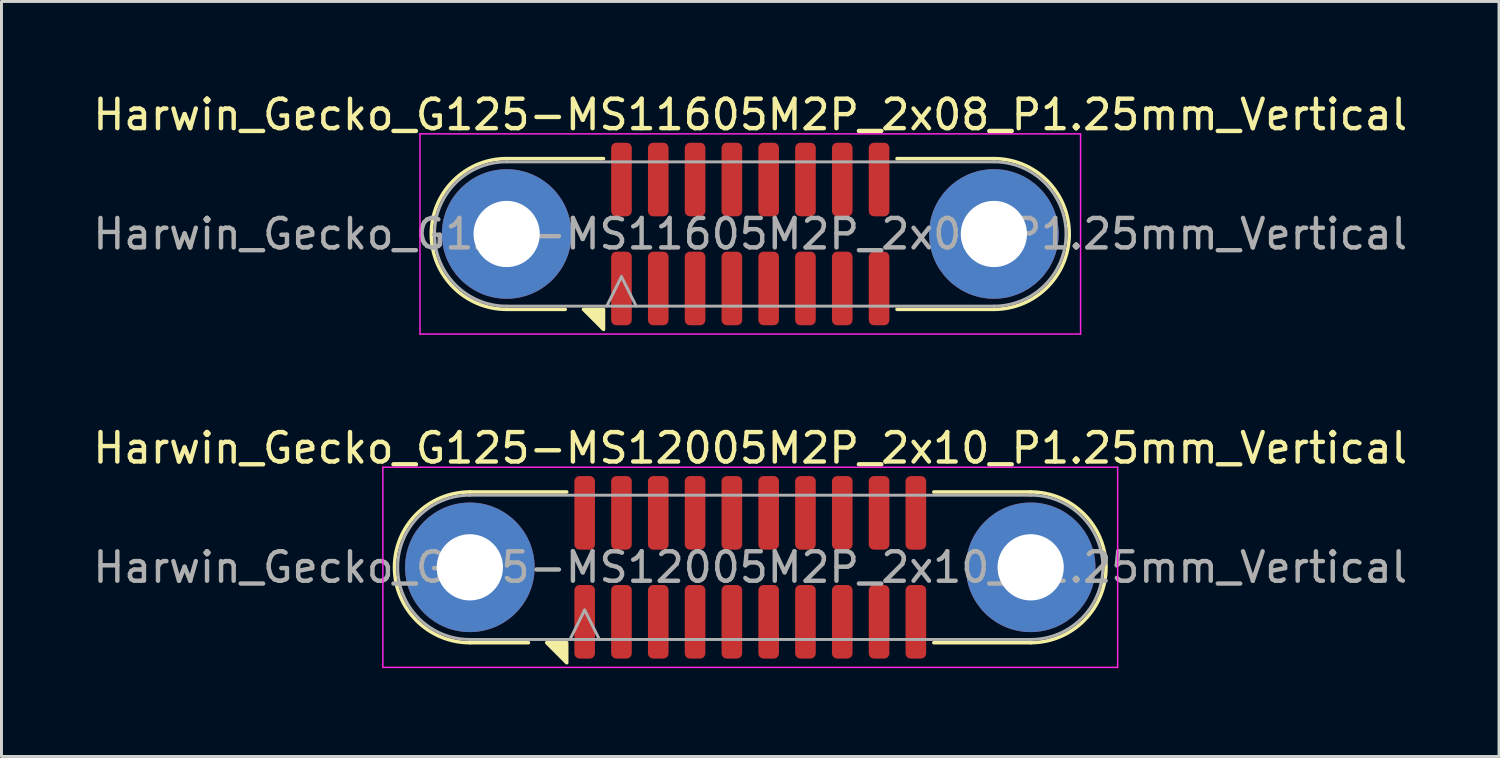
<source format=kicad_pcb>
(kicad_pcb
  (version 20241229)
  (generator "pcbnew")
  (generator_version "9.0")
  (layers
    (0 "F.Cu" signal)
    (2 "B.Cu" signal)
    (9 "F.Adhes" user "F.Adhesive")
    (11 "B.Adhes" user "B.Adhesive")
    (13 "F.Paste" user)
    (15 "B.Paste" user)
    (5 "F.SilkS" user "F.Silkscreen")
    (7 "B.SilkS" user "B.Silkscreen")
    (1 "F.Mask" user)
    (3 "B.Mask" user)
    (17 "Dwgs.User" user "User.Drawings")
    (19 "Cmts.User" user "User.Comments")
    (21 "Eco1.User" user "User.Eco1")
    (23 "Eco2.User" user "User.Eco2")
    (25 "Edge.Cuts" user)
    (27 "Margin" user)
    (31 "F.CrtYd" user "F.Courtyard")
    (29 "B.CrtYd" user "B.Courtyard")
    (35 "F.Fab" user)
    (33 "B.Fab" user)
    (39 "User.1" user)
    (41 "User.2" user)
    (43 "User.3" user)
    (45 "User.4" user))
  (footprint "Harwin_Gecko_G125-MS12005M2P_2x10_P1.25mm_Vertical"
    (layer "F.Cu")
    (at 22.435 16.221)
    (property "Reference" "Harwin_Gecko_G125-MS12005M2P_2x10_P1.25mm_Vertical" (at 0 -4.05 0) (layer "F.SilkS") (effects (font (size 1 1) (thickness 0.15))))
    (attr smd)
    (fp_line (start -7.535 2.56) (end -9.525 2.56) (stroke (width 0.12) (type solid)) (layer "F.SilkS"))
    (fp_line (start -6.235 -2.56) (end -9.525 -2.56) (stroke (width 0.12) (type solid)) (layer "F.SilkS"))
    (fp_line (start 6.235 -2.56) (end 9.525 -2.56) (stroke (width 0.12) (type solid)) (layer "F.SilkS"))
    (fp_line (start 6.235 2.56) (end 9.525 2.56) (stroke (width 0.12) (type solid)) (layer "F.SilkS"))
    (fp_arc (start -9.525 2.56) (mid -12.085 0) (end -9.525 -2.56) (stroke (width 0.12) (type solid)) (layer "F.SilkS"))
    (fp_arc (start 9.525 -2.56) (mid 12.085 0) (end 9.525 2.56) (stroke (width 0.12) (type solid)) (layer "F.SilkS"))
    (fp_poly (pts (xy -6.235 2.56) (xy -6.235 3.24) (xy -6.915 2.56)) (stroke (width 0.12) (type solid)) (fill yes) (layer "F.SilkS"))
    (fp_line (start -12.48 -3.4) (end -12.48 3.4) (stroke (width 0.05) (type solid)) (layer "F.CrtYd"))
    (fp_line (start -12.48 3.4) (end 12.48 3.4) (stroke (width 0.05) (type solid)) (layer "F.CrtYd"))
    (fp_line (start 12.48 -3.4) (end -12.48 -3.4) (stroke (width 0.05) (type solid)) (layer "F.CrtYd"))
    (fp_line (start 12.48 3.4) (end 12.48 -3.4) (stroke (width 0.05) (type solid)) (layer "F.CrtYd"))
    (fp_line (start -9.525 -2.45) (end 9.525 -2.45) (stroke (width 0.1) (type solid)) (layer "F.Fab"))
    (fp_line (start -6.125 2.45) (end -5.625 1.45) (stroke (width 0.1) (type solid)) (layer "F.Fab"))
    (fp_line (start -5.625 1.45) (end -5.125 2.45) (stroke (width 0.1) (type solid)) (layer "F.Fab"))
    (fp_line (start 9.525 2.45) (end -9.525 2.45) (stroke (width 0.1) (type solid)) (layer "F.Fab"))
    (fp_arc (start -9.525 2.45) (mid -11.975 0) (end -9.525 -2.45) (stroke (width 0.1) (type solid)) (layer "F.Fab"))
    (fp_arc (start 9.525 -2.45) (mid 11.975 0) (end 9.525 2.45) (stroke (width 0.1) (type solid)) (layer "F.Fab"))
    (fp_text user "${REFERENCE}" (at 0 0 0) (layer "F.Fab") (effects (font (size 1 1) (thickness 0.15))))
    (pad "1" smd roundrect (at -5.625 1.85) (size 0.7 2.5) (layers "F.Cu" "F.Mask" "F.Paste") (roundrect_rratio 0.25))
    (pad "2" smd roundrect (at -4.375 1.85) (size 0.7 2.5) (layers "F.Cu" "F.Mask" "F.Paste") (roundrect_rratio 0.25))
    (pad "3" smd roundrect (at -3.125 1.85) (size 0.7 2.5) (layers "F.Cu" "F.Mask" "F.Paste") (roundrect_rratio 0.25))
    (pad "4" smd roundrect (at -1.875 1.85) (size 0.7 2.5) (layers "F.Cu" "F.Mask" "F.Paste") (roundrect_rratio 0.25))
    (pad "5" smd roundrect (at -0.625 1.85) (size 0.7 2.5) (layers "F.Cu" "F.Mask" "F.Paste") (roundrect_rratio 0.25))
    (pad "6" smd roundrect (at 0.625 1.85) (size 0.7 2.5) (layers "F.Cu" "F.Mask" "F.Paste") (roundrect_rratio 0.25))
    (pad "7" smd roundrect (at 1.875 1.85) (size 0.7 2.5) (layers "F.Cu" "F.Mask" "F.Paste") (roundrect_rratio 0.25))
    (pad "8" smd roundrect (at 3.125 1.85) (size 0.7 2.5) (layers "F.Cu" "F.Mask" "F.Paste") (roundrect_rratio 0.25))
    (pad "9" smd roundrect (at 4.375 1.85) (size 0.7 2.5) (layers "F.Cu" "F.Mask" "F.Paste") (roundrect_rratio 0.25))
    (pad "10" smd roundrect (at 5.625 1.85) (size 0.7 2.5) (layers "F.Cu" "F.Mask" "F.Paste") (roundrect_rratio 0.25))
    (pad "11" smd roundrect (at -5.625 -1.85) (size 0.7 2.5) (layers "F.Cu" "F.Mask" "F.Paste") (roundrect_rratio 0.25))
    (pad "12" smd roundrect (at -4.375 -1.85) (size 0.7 2.5) (layers "F.Cu" "F.Mask" "F.Paste") (roundrect_rratio 0.25))
    (pad "13" smd roundrect (at -3.125 -1.85) (size 0.7 2.5) (layers "F.Cu" "F.Mask" "F.Paste") (roundrect_rratio 0.25))
    (pad "14" smd roundrect (at -1.875 -1.85) (size 0.7 2.5) (layers "F.Cu" "F.Mask" "F.Paste") (roundrect_rratio 0.25))
    (pad "15" smd roundrect (at -0.625 -1.85) (size 0.7 2.5) (layers "F.Cu" "F.Mask" "F.Paste") (roundrect_rratio 0.25))
    (pad "16" smd roundrect (at 0.625 -1.85) (size 0.7 2.5) (layers "F.Cu" "F.Mask" "F.Paste") (roundrect_rratio 0.25))
    (pad "17" smd roundrect (at 1.875 -1.85) (size 0.7 2.5) (layers "F.Cu" "F.Mask" "F.Paste") (roundrect_rratio 0.25))
    (pad "18" smd roundrect (at 3.125 -1.85) (size 0.7 2.5) (layers "F.Cu" "F.Mask" "F.Paste") (roundrect_rratio 0.25))
    (pad "19" smd roundrect (at 4.375 -1.85) (size 0.7 2.5) (layers "F.Cu" "F.Mask" "F.Paste") (roundrect_rratio 0.25))
    (pad "20" smd roundrect (at 5.625 -1.85) (size 0.7 2.5) (layers "F.Cu" "F.Mask" "F.Paste") (roundrect_rratio 0.25))
    (pad "MP" thru_hole circle (at -9.525 0) (size 4.4 4.4) (drill 2.25) (layers "*.Cu" "*.Mask"))
    (pad "MP" thru_hole circle (at 9.525 0) (size 4.4 4.4) (drill 2.25) (layers "*.Cu" "*.Mask")))
  (footprint "Harwin_Gecko_G125-MS11605M2P_2x08_P1.25mm_Vertical"
    (layer "F.Cu")
    (at 22.435 4.898)
    (property "Reference" "Harwin_Gecko_G125-MS11605M2P_2x08_P1.25mm_Vertical" (at 0 -4.05 0) (layer "F.SilkS") (effects (font (size 1 1) (thickness 0.15))))
    (attr smd)
    (fp_line (start -6.285 2.56) (end -8.275 2.56) (stroke (width 0.12) (type solid)) (layer "F.SilkS"))
    (fp_line (start -4.985 -2.56) (end -8.275 -2.56) (stroke (width 0.12) (type solid)) (layer "F.SilkS"))
    (fp_line (start 4.985 -2.56) (end 8.275 -2.56) (stroke (width 0.12) (type solid)) (layer "F.SilkS"))
    (fp_line (start 4.985 2.56) (end 8.275 2.56) (stroke (width 0.12) (type solid)) (layer "F.SilkS"))
    (fp_arc (start -8.275 2.56) (mid -10.835 0) (end -8.275 -2.56) (stroke (width 0.12) (type solid)) (layer "F.SilkS"))
    (fp_arc (start 8.275 -2.56) (mid 10.835 0) (end 8.275 2.56) (stroke (width 0.12) (type solid)) (layer "F.SilkS"))
    (fp_poly (pts (xy -4.985 2.56) (xy -4.985 3.24) (xy -5.665 2.56)) (stroke (width 0.12) (type solid)) (fill yes) (layer "F.SilkS"))
    (fp_line (start -11.22 -3.4) (end -11.22 3.4) (stroke (width 0.05) (type solid)) (layer "F.CrtYd"))
    (fp_line (start -11.22 3.4) (end 11.22 3.4) (stroke (width 0.05) (type solid)) (layer "F.CrtYd"))
    (fp_line (start 11.22 -3.4) (end -11.22 -3.4) (stroke (width 0.05) (type solid)) (layer "F.CrtYd"))
    (fp_line (start 11.22 3.4) (end 11.22 -3.4) (stroke (width 0.05) (type solid)) (layer "F.CrtYd"))
    (fp_line (start -8.275 -2.45) (end 8.275 -2.45) (stroke (width 0.1) (type solid)) (layer "F.Fab"))
    (fp_line (start -4.875 2.45) (end -4.375 1.45) (stroke (width 0.1) (type solid)) (layer "F.Fab"))
    (fp_line (start -4.375 1.45) (end -3.875 2.45) (stroke (width 0.1) (type solid)) (layer "F.Fab"))
    (fp_line (start 8.275 2.45) (end -8.275 2.45) (stroke (width 0.1) (type solid)) (layer "F.Fab"))
    (fp_arc (start -8.275 2.45) (mid -10.725 0) (end -8.275 -2.45) (stroke (width 0.1) (type solid)) (layer "F.Fab"))
    (fp_arc (start 8.275 -2.45) (mid 10.725 0) (end 8.275 2.45) (stroke (width 0.1) (type solid)) (layer "F.Fab"))
    (fp_text user "${REFERENCE}" (at 0 0 0) (layer "F.Fab") (effects (font (size 1 1) (thickness 0.15))))
    (pad "1" smd roundrect (at -4.375 1.85) (size 0.7 2.5) (layers "F.Cu" "F.Mask" "F.Paste") (roundrect_rratio 0.25))
    (pad "2" smd roundrect (at -3.125 1.85) (size 0.7 2.5) (layers "F.Cu" "F.Mask" "F.Paste") (roundrect_rratio 0.25))
    (pad "3" smd roundrect (at -1.875 1.85) (size 0.7 2.5) (layers "F.Cu" "F.Mask" "F.Paste") (roundrect_rratio 0.25))
    (pad "4" smd roundrect (at -0.625 1.85) (size 0.7 2.5) (layers "F.Cu" "F.Mask" "F.Paste") (roundrect_rratio 0.25))
    (pad "5" smd roundrect (at 0.625 1.85) (size 0.7 2.5) (layers "F.Cu" "F.Mask" "F.Paste") (roundrect_rratio 0.25))
    (pad "6" smd roundrect (at 1.875 1.85) (size 0.7 2.5) (layers "F.Cu" "F.Mask" "F.Paste") (roundrect_rratio 0.25))
    (pad "7" smd roundrect (at 3.125 1.85) (size 0.7 2.5) (layers "F.Cu" "F.Mask" "F.Paste") (roundrect_rratio 0.25))
    (pad "8" smd roundrect (at 4.375 1.85) (size 0.7 2.5) (layers "F.Cu" "F.Mask" "F.Paste") (roundrect_rratio 0.25))
    (pad "9" smd roundrect (at -4.375 -1.85) (size 0.7 2.5) (layers "F.Cu" "F.Mask" "F.Paste") (roundrect_rratio 0.25))
    (pad "10" smd roundrect (at -3.125 -1.85) (size 0.7 2.5) (layers "F.Cu" "F.Mask" "F.Paste") (roundrect_rratio 0.25))
    (pad "11" smd roundrect (at -1.875 -1.85) (size 0.7 2.5) (layers "F.Cu" "F.Mask" "F.Paste") (roundrect_rratio 0.25))
    (pad "12" smd roundrect (at -0.625 -1.85) (size 0.7 2.5) (layers "F.Cu" "F.Mask" "F.Paste") (roundrect_rratio 0.25))
    (pad "13" smd roundrect (at 0.625 -1.85) (size 0.7 2.5) (layers "F.Cu" "F.Mask" "F.Paste") (roundrect_rratio 0.25))
    (pad "14" smd roundrect (at 1.875 -1.85) (size 0.7 2.5) (layers "F.Cu" "F.Mask" "F.Paste") (roundrect_rratio 0.25))
    (pad "15" smd roundrect (at 3.125 -1.85) (size 0.7 2.5) (layers "F.Cu" "F.Mask" "F.Paste") (roundrect_rratio 0.25))
    (pad "16" smd roundrect (at 4.375 -1.85) (size 0.7 2.5) (layers "F.Cu" "F.Mask" "F.Paste") (roundrect_rratio 0.25))
    (pad "MP" thru_hole circle (at -8.275 0) (size 4.4 4.4) (drill 2.25) (layers "*.Cu" "*.Mask"))
    (pad "MP" thru_hole circle (at 8.275 0) (size 4.4 4.4) (drill 2.25) (layers "*.Cu" "*.Mask")))
  (gr_rect
    (start -3 -3)
    (end 47.869 22.646)
    (stroke (width 0.1) (type default))
    (fill no)
    (layer "Edge.Cuts")))
</source>
